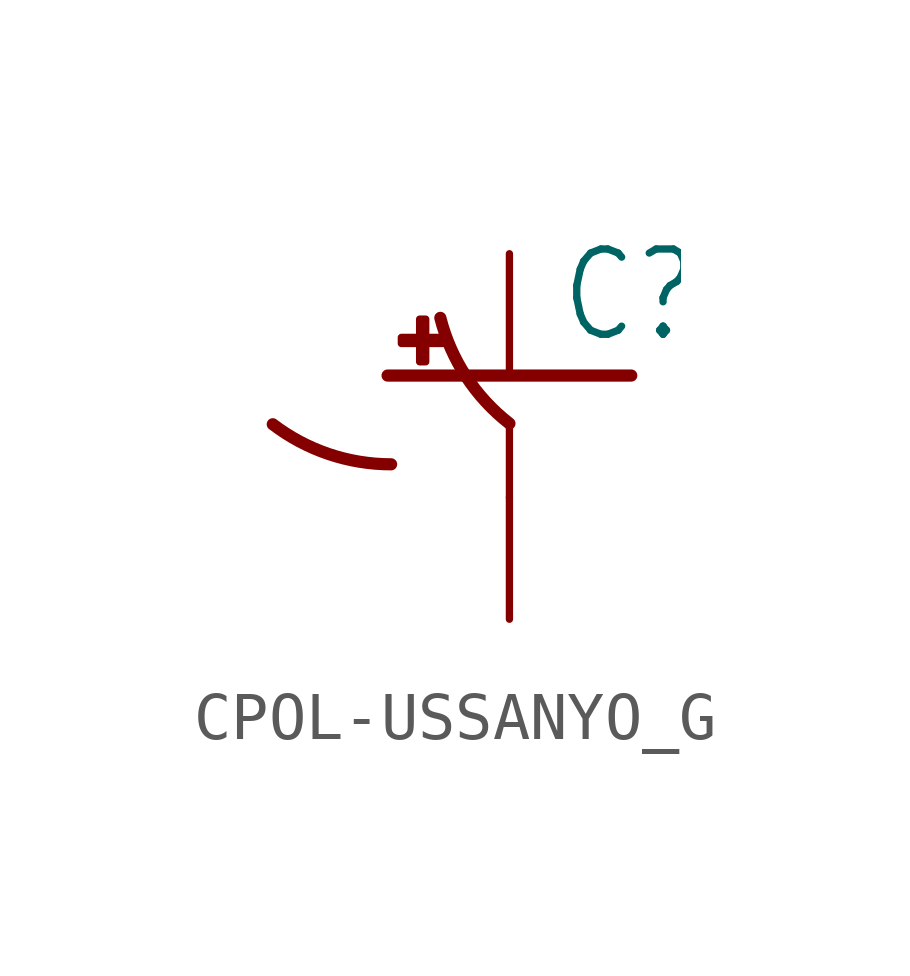
<source format=kicad_sym>
(kicad_symbol_lib
  (version 20241209)
  (generator "kicad_symbol_editor")
  (generator_version "9.0")
  (symbol "CPOL-USSANYO_G"
    (property "Reference" "C"
      (at 1.016 0.635 0)
      (effects (font (size 1.778 1.511)) (justify left bottom)))
    (property "Value" ""
      (at 1.016 -4.191 0)
      (effects (font (size 1.778 1.511)) (justify left bottom)))
    (property "ki_locked" ""
      (at 0 0 0)
      (effects (font (size 1.27 1.27))))
    (symbol "CPOL-USSANYO_G_1_0"
      (polyline (pts (xy -2.54 0) (xy 2.54 0)) (stroke (width 0.254) (type solid)) (fill (type none)))
      (arc (start -2.4669 -1.8504) (mid -3.7689 -1.6361) (end -4.9337 -1.0159) (stroke (width 0.254) (type solid)) (fill (type none)))
      (rectangle (start -2.253 0.668) (end -1.364 0.795) (stroke (width 0) (type default)) (fill (type outline)))
      (rectangle (start -1.872 0.287) (end -1.745 1.176) (stroke (width 0) (type default)) (fill (type outline)))
      (polyline (pts (xy 0 -1.016) (xy 0 -2.54)) (stroke (width 0.152) (type solid)) (fill (type none)))
      (arc (start 0 -1) (mid -0.9038 -0.0189) (end -1.4403 1.2025) (stroke (width 0.254) (type solid)) (fill (type none)))
      (pin passive line (at 0 2.54 270) (length 2.54) (name "+" (effects (font (size 0 0)))) (number "+" (effects (font (size 0 0)))))
      (pin passive line (at 0 -5.08 90) (length 2.54) (name "-" (effects (font (size 0 0)))) (number "-" (effects (font (size 0 0))))))))
</source>
